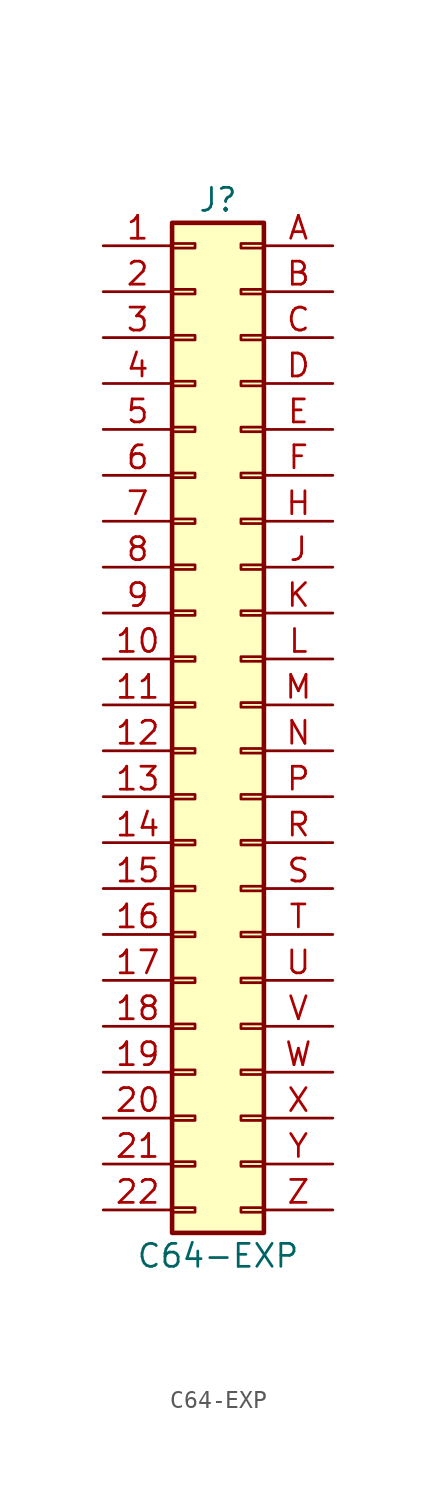
<source format=kicad_sym>
(kicad_symbol_lib
  (version 20220914)
  (generator kicad_symbol_editor)
  (symbol "C64-EXP"
    (pin_names
      (offset 1.016) hide)
    (property "Reference" "J"
      (at 1.27 27.94 0)
      (effects (font (size 1.27 1.27))))
    (property "Value" "C64-EXP"
      (at 1.27 -30.48 0)
      (effects (font (size 1.27 1.27))))
    (symbol "C64-EXP_1_1"
      (rectangle (start -1.27 -27.813) (end 0 -28.067) (stroke (width 0.152) (type default)) (fill (type none)))
      (rectangle (start -1.27 -25.273) (end 0 -25.527) (stroke (width 0.152) (type default)) (fill (type none)))
      (rectangle (start -1.27 -22.733) (end 0 -22.987) (stroke (width 0.152) (type default)) (fill (type none)))
      (rectangle (start -1.27 -20.193) (end 0 -20.447) (stroke (width 0.152) (type default)) (fill (type none)))
      (rectangle (start -1.27 -17.653) (end 0 -17.907) (stroke (width 0.152) (type default)) (fill (type none)))
      (rectangle (start -1.27 -15.113) (end 0 -15.367) (stroke (width 0.152) (type default)) (fill (type none)))
      (rectangle (start -1.27 -12.573) (end 0 -12.827) (stroke (width 0.152) (type default)) (fill (type none)))
      (rectangle (start -1.27 -10.033) (end 0 -10.287) (stroke (width 0.152) (type default)) (fill (type none)))
      (rectangle (start -1.27 -7.493) (end 0 -7.747) (stroke (width 0.152) (type default)) (fill (type none)))
      (rectangle (start -1.27 -4.953) (end 0 -5.207) (stroke (width 0.152) (type default)) (fill (type none)))
      (rectangle (start -1.27 -2.413) (end 0 -2.667) (stroke (width 0.152) (type default)) (fill (type none)))
      (rectangle (start -1.27 0.127) (end 0 -0.127) (stroke (width 0.152) (type default)) (fill (type none)))
      (rectangle (start -1.27 2.667) (end 0 2.413) (stroke (width 0.152) (type default)) (fill (type none)))
      (rectangle (start -1.27 5.207) (end 0 4.953) (stroke (width 0.152) (type default)) (fill (type none)))
      (rectangle (start -1.27 7.747) (end 0 7.493) (stroke (width 0.152) (type default)) (fill (type none)))
      (rectangle (start -1.27 10.287) (end 0 10.033) (stroke (width 0.152) (type default)) (fill (type none)))
      (rectangle (start -1.27 12.827) (end 0 12.573) (stroke (width 0.152) (type default)) (fill (type none)))
      (rectangle (start -1.27 15.367) (end 0 15.113) (stroke (width 0.152) (type default)) (fill (type none)))
      (rectangle (start -1.27 17.907) (end 0 17.653) (stroke (width 0.152) (type default)) (fill (type none)))
      (rectangle (start -1.27 20.447) (end 0 20.193) (stroke (width 0.152) (type default)) (fill (type none)))
      (rectangle (start -1.27 22.987) (end 0 22.733) (stroke (width 0.152) (type default)) (fill (type none)))
      (rectangle (start -1.27 25.527) (end 0 25.273) (stroke (width 0.152) (type default)) (fill (type none)))
      (rectangle (start -1.27 26.67) (end 3.81 -29.21) (stroke (width 0.254) (type default)) (fill (type background)))
      (rectangle (start 3.81 -27.813) (end 2.54 -28.067) (stroke (width 0.152) (type default)) (fill (type none)))
      (rectangle (start 3.81 -25.273) (end 2.54 -25.527) (stroke (width 0.152) (type default)) (fill (type none)))
      (rectangle (start 3.81 -22.733) (end 2.54 -22.987) (stroke (width 0.152) (type default)) (fill (type none)))
      (rectangle (start 3.81 -20.193) (end 2.54 -20.447) (stroke (width 0.152) (type default)) (fill (type none)))
      (rectangle (start 3.81 -17.653) (end 2.54 -17.907) (stroke (width 0.152) (type default)) (fill (type none)))
      (rectangle (start 3.81 -15.113) (end 2.54 -15.367) (stroke (width 0.152) (type default)) (fill (type none)))
      (rectangle (start 3.81 -12.573) (end 2.54 -12.827) (stroke (width 0.152) (type default)) (fill (type none)))
      (rectangle (start 3.81 -10.033) (end 2.54 -10.287) (stroke (width 0.152) (type default)) (fill (type none)))
      (rectangle (start 3.81 -7.493) (end 2.54 -7.747) (stroke (width 0.152) (type default)) (fill (type none)))
      (rectangle (start 3.81 -4.953) (end 2.54 -5.207) (stroke (width 0.152) (type default)) (fill (type none)))
      (rectangle (start 3.81 -2.413) (end 2.54 -2.667) (stroke (width 0.152) (type default)) (fill (type none)))
      (rectangle (start 3.81 0.127) (end 2.54 -0.127) (stroke (width 0.152) (type default)) (fill (type none)))
      (rectangle (start 3.81 2.667) (end 2.54 2.413) (stroke (width 0.152) (type default)) (fill (type none)))
      (rectangle (start 3.81 5.207) (end 2.54 4.953) (stroke (width 0.152) (type default)) (fill (type none)))
      (rectangle (start 3.81 7.747) (end 2.54 7.493) (stroke (width 0.152) (type default)) (fill (type none)))
      (rectangle (start 3.81 10.287) (end 2.54 10.033) (stroke (width 0.152) (type default)) (fill (type none)))
      (rectangle (start 3.81 12.827) (end 2.54 12.573) (stroke (width 0.152) (type default)) (fill (type none)))
      (rectangle (start 3.81 15.367) (end 2.54 15.113) (stroke (width 0.152) (type default)) (fill (type none)))
      (rectangle (start 3.81 17.907) (end 2.54 17.653) (stroke (width 0.152) (type default)) (fill (type none)))
      (rectangle (start 3.81 20.447) (end 2.54 20.193) (stroke (width 0.152) (type default)) (fill (type none)))
      (rectangle (start 3.81 22.987) (end 2.54 22.733) (stroke (width 0.152) (type default)) (fill (type none)))
      (rectangle (start 3.81 25.527) (end 2.54 25.273) (stroke (width 0.152) (type default)) (fill (type none)))
      (pin passive line (at -5.08 25.4 0) (length 3.81) (name "Pin_1" (effects (font (size 1.27 1.27)))) (number "1" (effects (font (size 1.27 1.27)))))
      (pin passive line (at -5.08 2.54 0) (length 3.81) (name "Pin_10" (effects (font (size 1.27 1.27)))) (number "10" (effects (font (size 1.27 1.27)))))
      (pin passive line (at -5.08 0 0) (length 3.81) (name "Pin_11" (effects (font (size 1.27 1.27)))) (number "11" (effects (font (size 1.27 1.27)))))
      (pin passive line (at -5.08 -2.54 0) (length 3.81) (name "Pin_12" (effects (font (size 1.27 1.27)))) (number "12" (effects (font (size 1.27 1.27)))))
      (pin passive line (at -5.08 -5.08 0) (length 3.81) (name "Pin_13" (effects (font (size 1.27 1.27)))) (number "13" (effects (font (size 1.27 1.27)))))
      (pin passive line (at -5.08 -7.62 0) (length 3.81) (name "Pin_14" (effects (font (size 1.27 1.27)))) (number "14" (effects (font (size 1.27 1.27)))))
      (pin passive line (at -5.08 -10.16 0) (length 3.81) (name "Pin_15" (effects (font (size 1.27 1.27)))) (number "15" (effects (font (size 1.27 1.27)))))
      (pin passive line (at -5.08 -12.7 0) (length 3.81) (name "Pin_16" (effects (font (size 1.27 1.27)))) (number "16" (effects (font (size 1.27 1.27)))))
      (pin passive line (at -5.08 -15.24 0) (length 3.81) (name "Pin_17" (effects (font (size 1.27 1.27)))) (number "17" (effects (font (size 1.27 1.27)))))
      (pin passive line (at -5.08 -17.78 0) (length 3.81) (name "Pin_18" (effects (font (size 1.27 1.27)))) (number "18" (effects (font (size 1.27 1.27)))))
      (pin passive line (at -5.08 -20.32 0) (length 3.81) (name "Pin_19" (effects (font (size 1.27 1.27)))) (number "19" (effects (font (size 1.27 1.27)))))
      (pin passive line (at -5.08 22.86 0) (length 3.81) (name "Pin_2" (effects (font (size 1.27 1.27)))) (number "2" (effects (font (size 1.27 1.27)))))
      (pin passive line (at -5.08 -22.86 0) (length 3.81) (name "Pin_20" (effects (font (size 1.27 1.27)))) (number "20" (effects (font (size 1.27 1.27)))))
      (pin passive line (at -5.08 -25.4 0) (length 3.81) (name "Pin_21" (effects (font (size 1.27 1.27)))) (number "21" (effects (font (size 1.27 1.27)))))
      (pin passive line (at -5.08 -27.94 0) (length 3.81) (name "Pin_22" (effects (font (size 1.27 1.27)))) (number "22" (effects (font (size 1.27 1.27)))))
      (pin passive line (at -5.08 20.32 0) (length 3.81) (name "Pin_3" (effects (font (size 1.27 1.27)))) (number "3" (effects (font (size 1.27 1.27)))))
      (pin passive line (at -5.08 17.78 0) (length 3.81) (name "Pin_4" (effects (font (size 1.27 1.27)))) (number "4" (effects (font (size 1.27 1.27)))))
      (pin passive line (at -5.08 15.24 0) (length 3.81) (name "Pin_5" (effects (font (size 1.27 1.27)))) (number "5" (effects (font (size 1.27 1.27)))))
      (pin passive line (at -5.08 12.7 0) (length 3.81) (name "Pin_6" (effects (font (size 1.27 1.27)))) (number "6" (effects (font (size 1.27 1.27)))))
      (pin passive line (at -5.08 10.16 0) (length 3.81) (name "Pin_7" (effects (font (size 1.27 1.27)))) (number "7" (effects (font (size 1.27 1.27)))))
      (pin passive line (at -5.08 7.62 0) (length 3.81) (name "Pin_8" (effects (font (size 1.27 1.27)))) (number "8" (effects (font (size 1.27 1.27)))))
      (pin passive line (at -5.08 5.08 0) (length 3.81) (name "Pin_9" (effects (font (size 1.27 1.27)))) (number "9" (effects (font (size 1.27 1.27)))))
      (pin passive line (at 7.62 25.4 180) (length 3.81) (name "Pin_A" (effects (font (size 1.27 1.27)))) (number "A" (effects (font (size 1.27 1.27)))))
      (pin passive line (at 7.62 22.86 180) (length 3.81) (name "Pin_B" (effects (font (size 1.27 1.27)))) (number "B" (effects (font (size 1.27 1.27)))))
      (pin passive line (at 7.62 20.32 180) (length 3.81) (name "Pin_C" (effects (font (size 1.27 1.27)))) (number "C" (effects (font (size 1.27 1.27)))))
      (pin passive line (at 7.62 17.78 180) (length 3.81) (name "Pin_D" (effects (font (size 1.27 1.27)))) (number "D" (effects (font (size 1.27 1.27)))))
      (pin passive line (at 7.62 15.24 180) (length 3.81) (name "Pin_E" (effects (font (size 1.27 1.27)))) (number "E" (effects (font (size 1.27 1.27)))))
      (pin passive line (at 7.62 12.7 180) (length 3.81) (name "Pin_F" (effects (font (size 1.27 1.27)))) (number "F" (effects (font (size 1.27 1.27)))))
      (pin passive line (at 7.62 10.16 180) (length 3.81) (name "Pin_H" (effects (font (size 1.27 1.27)))) (number "H" (effects (font (size 1.27 1.27)))))
      (pin passive line (at 7.62 7.62 180) (length 3.81) (name "Pin_J" (effects (font (size 1.27 1.27)))) (number "J" (effects (font (size 1.27 1.27)))))
      (pin passive line (at 7.62 5.08 180) (length 3.81) (name "Pin_K" (effects (font (size 1.27 1.27)))) (number "K" (effects (font (size 1.27 1.27)))))
      (pin passive line (at 7.62 2.54 180) (length 3.81) (name "Pin_L" (effects (font (size 1.27 1.27)))) (number "L" (effects (font (size 1.27 1.27)))))
      (pin passive line (at 7.62 0 180) (length 3.81) (name "Pin_M" (effects (font (size 1.27 1.27)))) (number "M" (effects (font (size 1.27 1.27)))))
      (pin passive line (at 7.62 -2.54 180) (length 3.81) (name "Pin_N" (effects (font (size 1.27 1.27)))) (number "N" (effects (font (size 1.27 1.27)))))
      (pin passive line (at 7.62 -5.08 180) (length 3.81) (name "Pin_P" (effects (font (size 1.27 1.27)))) (number "P" (effects (font (size 1.27 1.27)))))
      (pin passive line (at 7.62 -7.62 180) (length 3.81) (name "Pin_R" (effects (font (size 1.27 1.27)))) (number "R" (effects (font (size 1.27 1.27)))))
      (pin passive line (at 7.62 -10.16 180) (length 3.81) (name "Pin_S" (effects (font (size 1.27 1.27)))) (number "S" (effects (font (size 1.27 1.27)))))
      (pin passive line (at 7.62 -12.7 180) (length 3.81) (name "Pin_T" (effects (font (size 1.27 1.27)))) (number "T" (effects (font (size 1.27 1.27)))))
      (pin passive line (at 7.62 -15.24 180) (length 3.81) (name "Pin_U" (effects (font (size 1.27 1.27)))) (number "U" (effects (font (size 1.27 1.27)))))
      (pin passive line (at 7.62 -17.78 180) (length 3.81) (name "Pin_V" (effects (font (size 1.27 1.27)))) (number "V" (effects (font (size 1.27 1.27)))))
      (pin passive line (at 7.62 -20.32 180) (length 3.81) (name "Pin_W" (effects (font (size 1.27 1.27)))) (number "W" (effects (font (size 1.27 1.27)))))
      (pin passive line (at 7.62 -22.86 180) (length 3.81) (name "Pin_X" (effects (font (size 1.27 1.27)))) (number "X" (effects (font (size 1.27 1.27)))))
      (pin passive line (at 7.62 -25.4 180) (length 3.81) (name "Pin_Y" (effects (font (size 1.27 1.27)))) (number "Y" (effects (font (size 1.27 1.27)))))
      (pin passive line (at 7.62 -27.94 180) (length 3.81) (name "Pin_Z" (effects (font (size 1.27 1.27)))) (number "Z" (effects (font (size 1.27 1.27))))))))
</source>
